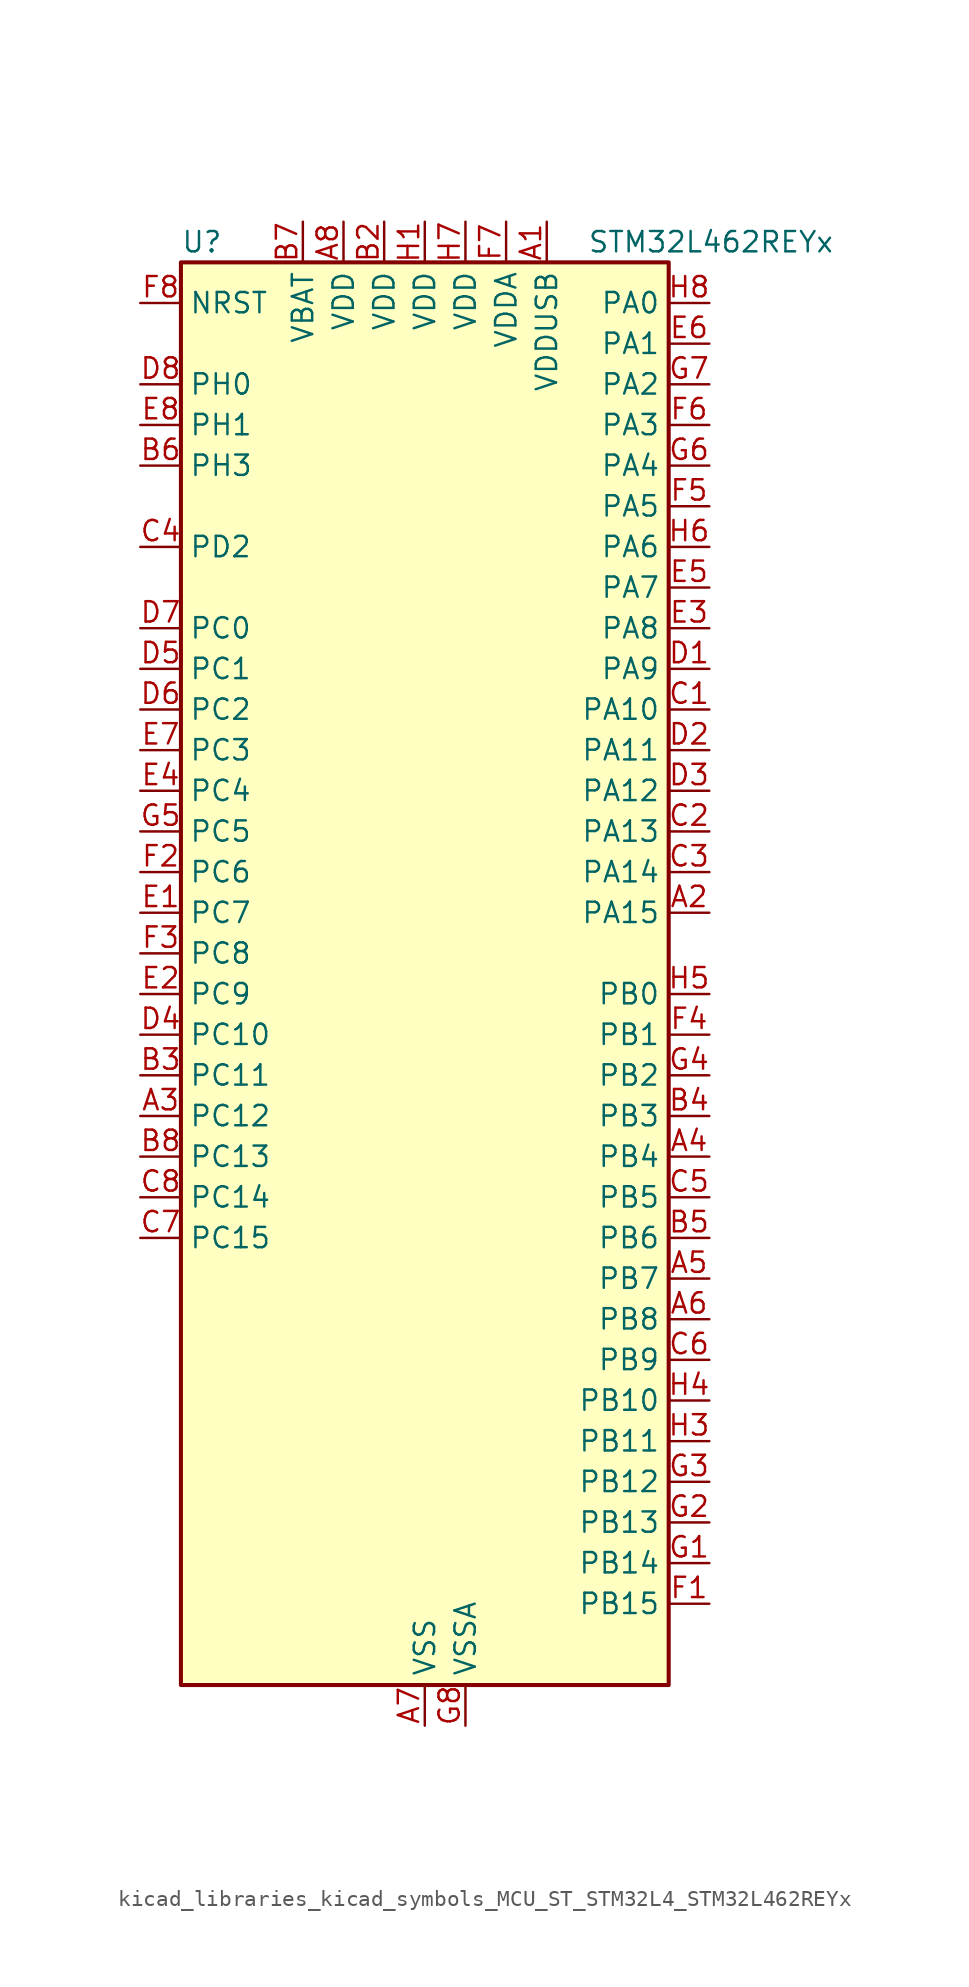
<source format=kicad_sym>
(kicad_symbol_lib
  (version 20220914)
  (generator kicad_symbol_editor)
  (symbol "kicad_libraries_kicad_symbols_MCU_ST_STM32L4_STM32L462REYx"
    (property "Reference" "U"
      (at -15.24 46.99 0)
      (effects (font (size 1.27 1.27)) (justify left)))
    (property "Value" "STM32L462REYx"
      (at 10.16 46.99 0)
      (effects (font (size 1.27 1.27)) (justify left)))
    (property "ki_locked" ""
      (at 0 0 0)
      (effects (font (size 1.27 1.27))))
    (symbol "kicad_libraries_kicad_symbols_MCU_ST_STM32L4_STM32L462REYx_0_1"
      (rectangle (start -15.24 -43.18) (end 15.24 45.72) (stroke (width 0.254) (type default)) (fill (type background))))
    (symbol "kicad_libraries_kicad_symbols_MCU_ST_STM32L4_STM32L462REYx_1_1"
      (pin power_in line (at 7.62 48.26 270) (length 2.54) (name "VDDUSB" (effects (font (size 1.27 1.27)))) (number "A1" (effects (font (size 1.27 1.27)))))
      (pin bidirectional line (at 17.78 5.08 180) (length 2.54) (name "PA15" (effects (font (size 1.27 1.27)))) (number "A2" (effects (font (size 1.27 1.27)))) (alternate "ADC1_EXTI15" bidirectional line) (alternate "SPI1_NSS" bidirectional line) (alternate "SPI3_NSS" bidirectional line) (alternate "SYS_JTDI" bidirectional line) (alternate "TIM2_CH1" bidirectional line) (alternate "TIM2_ETR" bidirectional line) (alternate "TSC_G3_IO1" bidirectional line) (alternate "UART4_DE" bidirectional line) (alternate "UART4_RTS" bidirectional line) (alternate "USART2_RX" bidirectional line) (alternate "USART3_DE" bidirectional line) (alternate "USART3_RTS" bidirectional line))
      (pin bidirectional line (at -17.78 -7.62 0) (length 2.54) (name "PC12" (effects (font (size 1.27 1.27)))) (number "A3" (effects (font (size 1.27 1.27)))) (alternate "SDMMC1_CK" bidirectional line) (alternate "SPI3_MOSI" bidirectional line) (alternate "SYS_TRACED3" bidirectional line) (alternate "TSC_G3_IO4" bidirectional line) (alternate "USART3_CK" bidirectional line))
      (pin bidirectional line (at 17.78 -10.16 180) (length 2.54) (name "PB4" (effects (font (size 1.27 1.27)))) (number "A4" (effects (font (size 1.27 1.27)))) (alternate "COMP2_INP" bidirectional line) (alternate "I2C3_SDA" bidirectional line) (alternate "SAI1_MCLK_B" bidirectional line) (alternate "SPI1_MISO" bidirectional line) (alternate "SPI3_MISO" bidirectional line) (alternate "SYS_JTRST" bidirectional line) (alternate "TIM3_CH1" bidirectional line) (alternate "TSC_G2_IO1" bidirectional line) (alternate "USART1_CTS" bidirectional line))
      (pin bidirectional line (at 17.78 -17.78 180) (length 2.54) (name "PB7" (effects (font (size 1.27 1.27)))) (number "A5" (effects (font (size 1.27 1.27)))) (alternate "COMP2_INM" bidirectional line) (alternate "I2C1_SDA" bidirectional line) (alternate "I2C4_SDA" bidirectional line) (alternate "LPTIM1_IN2" bidirectional line) (alternate "SYS_PVD_IN" bidirectional line) (alternate "TSC_G2_IO4" bidirectional line) (alternate "UART4_CTS" bidirectional line) (alternate "USART1_RX" bidirectional line))
      (pin bidirectional line (at 17.78 -20.32 180) (length 2.54) (name "PB8" (effects (font (size 1.27 1.27)))) (number "A6" (effects (font (size 1.27 1.27)))) (alternate "CAN1_RX" bidirectional line) (alternate "I2C1_SCL" bidirectional line) (alternate "SAI1_MCLK_A" bidirectional line) (alternate "SDMMC1_D4" bidirectional line) (alternate "TIM16_CH1" bidirectional line))
      (pin power_in line (at 0 -45.72 90) (length 2.54) (name "VSS" (effects (font (size 1.27 1.27)))) (number "A7" (effects (font (size 1.27 1.27)))))
      (pin power_in line (at -5.08 48.26 270) (length 2.54) (name "VDD" (effects (font (size 1.27 1.27)))) (number "A8" (effects (font (size 1.27 1.27)))))
      (pin passive line (at 0 -45.72 90) (length 2.54) hide (name "VSS" (effects (font (size 1.27 1.27)))) (number "B1" (effects (font (size 1.27 1.27)))))
      (pin power_in line (at -2.54 48.26 270) (length 2.54) (name "VDD" (effects (font (size 1.27 1.27)))) (number "B2" (effects (font (size 1.27 1.27)))))
      (pin bidirectional line (at -17.78 -5.08 0) (length 2.54) (name "PC11" (effects (font (size 1.27 1.27)))) (number "B3" (effects (font (size 1.27 1.27)))) (alternate "ADC1_EXTI11" bidirectional line) (alternate "SDMMC1_D3" bidirectional line) (alternate "SPI3_MISO" bidirectional line) (alternate "TSC_G3_IO3" bidirectional line) (alternate "UART4_RX" bidirectional line) (alternate "USART3_RX" bidirectional line))
      (pin bidirectional line (at 17.78 -7.62 180) (length 2.54) (name "PB3" (effects (font (size 1.27 1.27)))) (number "B4" (effects (font (size 1.27 1.27)))) (alternate "COMP2_INM" bidirectional line) (alternate "SAI1_SCK_B" bidirectional line) (alternate "SPI1_SCK" bidirectional line) (alternate "SPI3_SCK" bidirectional line) (alternate "SYS_JTDO-SWO" bidirectional line) (alternate "TIM2_CH2" bidirectional line) (alternate "USART1_DE" bidirectional line) (alternate "USART1_RTS" bidirectional line))
      (pin bidirectional line (at 17.78 -15.24 180) (length 2.54) (name "PB6" (effects (font (size 1.27 1.27)))) (number "B5" (effects (font (size 1.27 1.27)))) (alternate "CAN1_TX" bidirectional line) (alternate "COMP2_INP" bidirectional line) (alternate "I2C1_SCL" bidirectional line) (alternate "I2C4_SCL" bidirectional line) (alternate "LPTIM1_ETR" bidirectional line) (alternate "SAI1_FS_B" bidirectional line) (alternate "TIM16_CH1N" bidirectional line) (alternate "TSC_G2_IO3" bidirectional line) (alternate "USART1_TX" bidirectional line))
      (pin bidirectional line (at -17.78 33.02 0) (length 2.54) (name "PH3" (effects (font (size 1.27 1.27)))) (number "B6" (effects (font (size 1.27 1.27)))))
      (pin power_in line (at -7.62 48.26 270) (length 2.54) (name "VBAT" (effects (font (size 1.27 1.27)))) (number "B7" (effects (font (size 1.27 1.27)))))
      (pin bidirectional line (at -17.78 -10.16 0) (length 2.54) (name "PC13" (effects (font (size 1.27 1.27)))) (number "B8" (effects (font (size 1.27 1.27)))) (alternate "RTC_OUT_ALARM" bidirectional line) (alternate "RTC_OUT_CALIB" bidirectional line) (alternate "RTC_TAMP1" bidirectional line) (alternate "RTC_TS" bidirectional line) (alternate "SYS_WKUP2" bidirectional line))
      (pin bidirectional line (at 17.78 17.78 180) (length 2.54) (name "PA10" (effects (font (size 1.27 1.27)))) (number "C1" (effects (font (size 1.27 1.27)))) (alternate "CRS_SYNC" bidirectional line) (alternate "I2C1_SDA" bidirectional line) (alternate "SAI1_SD_A" bidirectional line) (alternate "TIM1_CH3" bidirectional line) (alternate "USART1_RX" bidirectional line))
      (pin bidirectional line (at 17.78 10.16 180) (length 2.54) (name "PA13" (effects (font (size 1.27 1.27)))) (number "C2" (effects (font (size 1.27 1.27)))) (alternate "IR_OUT" bidirectional line) (alternate "SAI1_SD_B" bidirectional line) (alternate "SYS_JTMS-SWDIO" bidirectional line) (alternate "USB_NOE" bidirectional line))
      (pin bidirectional line (at 17.78 7.62 180) (length 2.54) (name "PA14" (effects (font (size 1.27 1.27)))) (number "C3" (effects (font (size 1.27 1.27)))) (alternate "I2C1_SMBA" bidirectional line) (alternate "I2C4_SMBA" bidirectional line) (alternate "LPTIM1_OUT" bidirectional line) (alternate "SAI1_FS_B" bidirectional line) (alternate "SYS_JTCK-SWCLK" bidirectional line))
      (pin bidirectional line (at -17.78 27.94 0) (length 2.54) (name "PD2" (effects (font (size 1.27 1.27)))) (number "C4" (effects (font (size 1.27 1.27)))) (alternate "SDMMC1_CMD" bidirectional line) (alternate "SYS_TRACED2" bidirectional line) (alternate "TIM3_ETR" bidirectional line) (alternate "TSC_SYNC" bidirectional line) (alternate "USART3_DE" bidirectional line) (alternate "USART3_RTS" bidirectional line))
      (pin bidirectional line (at 17.78 -12.7 180) (length 2.54) (name "PB5" (effects (font (size 1.27 1.27)))) (number "C5" (effects (font (size 1.27 1.27)))) (alternate "CAN1_RX" bidirectional line) (alternate "COMP2_OUT" bidirectional line) (alternate "I2C1_SMBA" bidirectional line) (alternate "LPTIM1_IN1" bidirectional line) (alternate "SAI1_SD_B" bidirectional line) (alternate "SPI1_MOSI" bidirectional line) (alternate "SPI3_MOSI" bidirectional line) (alternate "TIM16_BKIN" bidirectional line) (alternate "TIM3_CH2" bidirectional line) (alternate "TSC_G2_IO2" bidirectional line) (alternate "USART1_CK" bidirectional line))
      (pin bidirectional line (at 17.78 -22.86 180) (length 2.54) (name "PB9" (effects (font (size 1.27 1.27)))) (number "C6" (effects (font (size 1.27 1.27)))) (alternate "CAN1_TX" bidirectional line) (alternate "DAC1_EXTI9" bidirectional line) (alternate "I2C1_SDA" bidirectional line) (alternate "IR_OUT" bidirectional line) (alternate "SAI1_FS_A" bidirectional line) (alternate "SDMMC1_D5" bidirectional line) (alternate "SPI2_NSS" bidirectional line))
      (pin bidirectional line (at -17.78 -15.24 0) (length 2.54) (name "PC15" (effects (font (size 1.27 1.27)))) (number "C7" (effects (font (size 1.27 1.27)))) (alternate "ADC1_EXTI15" bidirectional line) (alternate "RCC_OSC32_OUT" bidirectional line))
      (pin bidirectional line (at -17.78 -12.7 0) (length 2.54) (name "PC14" (effects (font (size 1.27 1.27)))) (number "C8" (effects (font (size 1.27 1.27)))) (alternate "RCC_OSC32_IN" bidirectional line))
      (pin bidirectional line (at 17.78 20.32 180) (length 2.54) (name "PA9" (effects (font (size 1.27 1.27)))) (number "D1" (effects (font (size 1.27 1.27)))) (alternate "DAC1_EXTI9" bidirectional line) (alternate "DFSDM1_DATIN1" bidirectional line) (alternate "I2C1_SCL" bidirectional line) (alternate "SAI1_FS_A" bidirectional line) (alternate "TIM15_BKIN" bidirectional line) (alternate "TIM1_CH2" bidirectional line) (alternate "USART1_TX" bidirectional line))
      (pin bidirectional line (at 17.78 15.24 180) (length 2.54) (name "PA11" (effects (font (size 1.27 1.27)))) (number "D2" (effects (font (size 1.27 1.27)))) (alternate "ADC1_EXTI11" bidirectional line) (alternate "CAN1_RX" bidirectional line) (alternate "COMP1_OUT" bidirectional line) (alternate "SPI1_MISO" bidirectional line) (alternate "TIM1_BKIN2" bidirectional line) (alternate "TIM1_BKIN2_COMP1" bidirectional line) (alternate "TIM1_CH4" bidirectional line) (alternate "USART1_CTS" bidirectional line) (alternate "USB_DM" bidirectional line))
      (pin bidirectional line (at 17.78 12.7 180) (length 2.54) (name "PA12" (effects (font (size 1.27 1.27)))) (number "D3" (effects (font (size 1.27 1.27)))) (alternate "CAN1_TX" bidirectional line) (alternate "SPI1_MOSI" bidirectional line) (alternate "TIM1_ETR" bidirectional line) (alternate "USART1_DE" bidirectional line) (alternate "USART1_RTS" bidirectional line) (alternate "USB_DP" bidirectional line))
      (pin bidirectional line (at -17.78 -2.54 0) (length 2.54) (name "PC10" (effects (font (size 1.27 1.27)))) (number "D4" (effects (font (size 1.27 1.27)))) (alternate "SDMMC1_D2" bidirectional line) (alternate "SPI3_SCK" bidirectional line) (alternate "SYS_TRACED1" bidirectional line) (alternate "TSC_G3_IO2" bidirectional line) (alternate "UART4_TX" bidirectional line) (alternate "USART3_TX" bidirectional line))
      (pin bidirectional line (at -17.78 20.32 0) (length 2.54) (name "PC1" (effects (font (size 1.27 1.27)))) (number "D5" (effects (font (size 1.27 1.27)))) (alternate "ADC1_IN2" bidirectional line) (alternate "I2C3_SDA" bidirectional line) (alternate "I2C4_SDA" bidirectional line) (alternate "LPTIM1_OUT" bidirectional line) (alternate "LPUART1_TX" bidirectional line) (alternate "SYS_TRACED0" bidirectional line))
      (pin bidirectional line (at -17.78 17.78 0) (length 2.54) (name "PC2" (effects (font (size 1.27 1.27)))) (number "D6" (effects (font (size 1.27 1.27)))) (alternate "ADC1_IN3" bidirectional line) (alternate "DFSDM1_CKOUT" bidirectional line) (alternate "LPTIM1_IN2" bidirectional line) (alternate "SPI2_MISO" bidirectional line))
      (pin bidirectional line (at -17.78 22.86 0) (length 2.54) (name "PC0" (effects (font (size 1.27 1.27)))) (number "D7" (effects (font (size 1.27 1.27)))) (alternate "ADC1_IN1" bidirectional line) (alternate "I2C3_SCL" bidirectional line) (alternate "I2C4_SCL" bidirectional line) (alternate "LPTIM1_IN1" bidirectional line) (alternate "LPTIM2_IN1" bidirectional line) (alternate "LPUART1_RX" bidirectional line))
      (pin bidirectional line (at -17.78 38.1 0) (length 2.54) (name "PH0" (effects (font (size 1.27 1.27)))) (number "D8" (effects (font (size 1.27 1.27)))) (alternate "RCC_OSC_IN" bidirectional line))
      (pin bidirectional line (at -17.78 5.08 0) (length 2.54) (name "PC7" (effects (font (size 1.27 1.27)))) (number "E1" (effects (font (size 1.27 1.27)))) (alternate "DFSDM1_DATIN3" bidirectional line) (alternate "SDMMC1_D7" bidirectional line) (alternate "TIM3_CH2" bidirectional line) (alternate "TSC_G4_IO2" bidirectional line))
      (pin bidirectional line (at -17.78 0 0) (length 2.54) (name "PC9" (effects (font (size 1.27 1.27)))) (number "E2" (effects (font (size 1.27 1.27)))) (alternate "DAC1_EXTI9" bidirectional line) (alternate "SDMMC1_D1" bidirectional line) (alternate "TIM3_CH4" bidirectional line) (alternate "TSC_G4_IO4" bidirectional line) (alternate "USB_NOE" bidirectional line))
      (pin bidirectional line (at 17.78 22.86 180) (length 2.54) (name "PA8" (effects (font (size 1.27 1.27)))) (number "E3" (effects (font (size 1.27 1.27)))) (alternate "DFSDM1_CKIN1" bidirectional line) (alternate "LPTIM2_OUT" bidirectional line) (alternate "RCC_MCO" bidirectional line) (alternate "SAI1_SCK_A" bidirectional line) (alternate "TIM1_CH1" bidirectional line) (alternate "USART1_CK" bidirectional line))
      (pin bidirectional line (at -17.78 12.7 0) (length 2.54) (name "PC4" (effects (font (size 1.27 1.27)))) (number "E4" (effects (font (size 1.27 1.27)))) (alternate "ADC1_IN13" bidirectional line) (alternate "COMP1_INM" bidirectional line) (alternate "USART3_TX" bidirectional line))
      (pin bidirectional line (at 17.78 25.4 180) (length 2.54) (name "PA7" (effects (font (size 1.27 1.27)))) (number "E5" (effects (font (size 1.27 1.27)))) (alternate "ADC1_IN12" bidirectional line) (alternate "COMP2_OUT" bidirectional line) (alternate "DFSDM1_DATIN0" bidirectional line) (alternate "I2C3_SCL" bidirectional line) (alternate "QUADSPI_BK1_IO2" bidirectional line) (alternate "SPI1_MOSI" bidirectional line) (alternate "TIM1_CH1N" bidirectional line) (alternate "TIM3_CH2" bidirectional line))
      (pin bidirectional line (at 17.78 40.64 180) (length 2.54) (name "PA1" (effects (font (size 1.27 1.27)))) (number "E6" (effects (font (size 1.27 1.27)))) (alternate "ADC1_IN6" bidirectional line) (alternate "COMP1_INP" bidirectional line) (alternate "I2C1_SMBA" bidirectional line) (alternate "OPAMP1_VINM" bidirectional line) (alternate "SPI1_SCK" bidirectional line) (alternate "TIM15_CH1N" bidirectional line) (alternate "TIM2_CH2" bidirectional line) (alternate "UART4_RX" bidirectional line) (alternate "USART2_DE" bidirectional line) (alternate "USART2_RTS" bidirectional line))
      (pin bidirectional line (at -17.78 15.24 0) (length 2.54) (name "PC3" (effects (font (size 1.27 1.27)))) (number "E7" (effects (font (size 1.27 1.27)))) (alternate "ADC1_IN4" bidirectional line) (alternate "LPTIM1_ETR" bidirectional line) (alternate "LPTIM2_ETR" bidirectional line) (alternate "SAI1_SD_A" bidirectional line) (alternate "SPI2_MOSI" bidirectional line))
      (pin bidirectional line (at -17.78 35.56 0) (length 2.54) (name "PH1" (effects (font (size 1.27 1.27)))) (number "E8" (effects (font (size 1.27 1.27)))) (alternate "RCC_OSC_OUT" bidirectional line))
      (pin bidirectional line (at 17.78 -38.1 180) (length 2.54) (name "PB15" (effects (font (size 1.27 1.27)))) (number "F1" (effects (font (size 1.27 1.27)))) (alternate "ADC1_EXTI15" bidirectional line) (alternate "DFSDM1_CKIN2" bidirectional line) (alternate "RTC_REFIN" bidirectional line) (alternate "SAI1_SD_A" bidirectional line) (alternate "SPI2_MOSI" bidirectional line) (alternate "TIM15_CH2" bidirectional line) (alternate "TIM1_CH3N" bidirectional line) (alternate "TSC_G1_IO4" bidirectional line))
      (pin bidirectional line (at -17.78 7.62 0) (length 2.54) (name "PC6" (effects (font (size 1.27 1.27)))) (number "F2" (effects (font (size 1.27 1.27)))) (alternate "DFSDM1_CKIN3" bidirectional line) (alternate "SDMMC1_D6" bidirectional line) (alternate "TIM3_CH1" bidirectional line) (alternate "TSC_G4_IO1" bidirectional line))
      (pin bidirectional line (at -17.78 2.54 0) (length 2.54) (name "PC8" (effects (font (size 1.27 1.27)))) (number "F3" (effects (font (size 1.27 1.27)))) (alternate "SDMMC1_D0" bidirectional line) (alternate "TIM3_CH3" bidirectional line) (alternate "TSC_G4_IO3" bidirectional line))
      (pin bidirectional line (at 17.78 -2.54 180) (length 2.54) (name "PB1" (effects (font (size 1.27 1.27)))) (number "F4" (effects (font (size 1.27 1.27)))) (alternate "ADC1_IN16" bidirectional line) (alternate "COMP1_INM" bidirectional line) (alternate "DFSDM1_DATIN0" bidirectional line) (alternate "LPTIM2_IN1" bidirectional line) (alternate "LPUART1_DE" bidirectional line) (alternate "LPUART1_RTS" bidirectional line) (alternate "QUADSPI_BK1_IO0" bidirectional line) (alternate "TIM1_CH3N" bidirectional line) (alternate "TIM3_CH4" bidirectional line) (alternate "USART3_DE" bidirectional line) (alternate "USART3_RTS" bidirectional line))
      (pin bidirectional line (at 17.78 30.48 180) (length 2.54) (name "PA5" (effects (font (size 1.27 1.27)))) (number "F5" (effects (font (size 1.27 1.27)))) (alternate "ADC1_IN10" bidirectional line) (alternate "COMP1_INM" bidirectional line) (alternate "COMP2_INM" bidirectional line) (alternate "DFSDM1_CKOUT" bidirectional line) (alternate "LPTIM2_ETR" bidirectional line) (alternate "SPI1_SCK" bidirectional line) (alternate "TIM2_CH1" bidirectional line) (alternate "TIM2_ETR" bidirectional line))
      (pin bidirectional line (at 17.78 35.56 180) (length 2.54) (name "PA3" (effects (font (size 1.27 1.27)))) (number "F6" (effects (font (size 1.27 1.27)))) (alternate "ADC1_IN8" bidirectional line) (alternate "COMP2_INP" bidirectional line) (alternate "LPUART1_RX" bidirectional line) (alternate "OPAMP1_VOUT" bidirectional line) (alternate "QUADSPI_CLK" bidirectional line) (alternate "SAI1_MCLK_A" bidirectional line) (alternate "TIM15_CH2" bidirectional line) (alternate "TIM2_CH4" bidirectional line) (alternate "USART2_RX" bidirectional line))
      (pin power_in line (at 5.08 48.26 270) (length 2.54) (name "VDDA" (effects (font (size 1.27 1.27)))) (number "F7" (effects (font (size 1.27 1.27)))))
      (pin input line (at -17.78 43.18 0) (length 2.54) (name "NRST" (effects (font (size 1.27 1.27)))) (number "F8" (effects (font (size 1.27 1.27)))))
      (pin bidirectional line (at 17.78 -35.56 180) (length 2.54) (name "PB14" (effects (font (size 1.27 1.27)))) (number "G1" (effects (font (size 1.27 1.27)))) (alternate "DFSDM1_DATIN2" bidirectional line) (alternate "I2C2_SDA" bidirectional line) (alternate "SAI1_MCLK_A" bidirectional line) (alternate "SPI2_MISO" bidirectional line) (alternate "TIM15_CH1" bidirectional line) (alternate "TIM1_CH2N" bidirectional line) (alternate "TSC_G1_IO3" bidirectional line) (alternate "USART3_DE" bidirectional line) (alternate "USART3_RTS" bidirectional line))
      (pin bidirectional line (at 17.78 -33.02 180) (length 2.54) (name "PB13" (effects (font (size 1.27 1.27)))) (number "G2" (effects (font (size 1.27 1.27)))) (alternate "CAN1_TX" bidirectional line) (alternate "DFSDM1_CKIN1" bidirectional line) (alternate "I2C2_SCL" bidirectional line) (alternate "LPUART1_CTS" bidirectional line) (alternate "SAI1_SCK_A" bidirectional line) (alternate "SPI2_SCK" bidirectional line) (alternate "TIM15_CH1N" bidirectional line) (alternate "TIM1_CH1N" bidirectional line) (alternate "TSC_G1_IO2" bidirectional line) (alternate "USART3_CTS" bidirectional line))
      (pin bidirectional line (at 17.78 -30.48 180) (length 2.54) (name "PB12" (effects (font (size 1.27 1.27)))) (number "G3" (effects (font (size 1.27 1.27)))) (alternate "CAN1_RX" bidirectional line) (alternate "DFSDM1_DATIN1" bidirectional line) (alternate "I2C2_SMBA" bidirectional line) (alternate "LPUART1_DE" bidirectional line) (alternate "LPUART1_RTS" bidirectional line) (alternate "SAI1_FS_A" bidirectional line) (alternate "SPI2_NSS" bidirectional line) (alternate "TIM15_BKIN" bidirectional line) (alternate "TIM1_BKIN" bidirectional line) (alternate "TIM1_BKIN_COMP2" bidirectional line) (alternate "TSC_G1_IO1" bidirectional line) (alternate "USART3_CK" bidirectional line))
      (pin bidirectional line (at 17.78 -5.08 180) (length 2.54) (name "PB2" (effects (font (size 1.27 1.27)))) (number "G4" (effects (font (size 1.27 1.27)))) (alternate "COMP1_INP" bidirectional line) (alternate "DFSDM1_CKIN0" bidirectional line) (alternate "I2C3_SMBA" bidirectional line) (alternate "LPTIM1_OUT" bidirectional line) (alternate "RTC_OUT_ALARM" bidirectional line) (alternate "RTC_OUT_CALIB" bidirectional line))
      (pin bidirectional line (at -17.78 10.16 0) (length 2.54) (name "PC5" (effects (font (size 1.27 1.27)))) (number "G5" (effects (font (size 1.27 1.27)))) (alternate "ADC1_IN14" bidirectional line) (alternate "COMP1_INP" bidirectional line) (alternate "SYS_WKUP5" bidirectional line) (alternate "USART3_RX" bidirectional line))
      (pin bidirectional line (at 17.78 33.02 180) (length 2.54) (name "PA4" (effects (font (size 1.27 1.27)))) (number "G6" (effects (font (size 1.27 1.27)))) (alternate "ADC1_IN9" bidirectional line) (alternate "COMP1_INM" bidirectional line) (alternate "COMP2_INM" bidirectional line) (alternate "DAC1_OUT1" bidirectional line) (alternate "LPTIM2_OUT" bidirectional line) (alternate "SAI1_FS_B" bidirectional line) (alternate "SPI1_NSS" bidirectional line) (alternate "SPI3_NSS" bidirectional line) (alternate "USART2_CK" bidirectional line))
      (pin bidirectional line (at 17.78 38.1 180) (length 2.54) (name "PA2" (effects (font (size 1.27 1.27)))) (number "G7" (effects (font (size 1.27 1.27)))) (alternate "ADC1_IN7" bidirectional line) (alternate "COMP2_INM" bidirectional line) (alternate "COMP2_OUT" bidirectional line) (alternate "LPUART1_TX" bidirectional line) (alternate "QUADSPI_BK1_NCS" bidirectional line) (alternate "RCC_LSCO" bidirectional line) (alternate "SYS_WKUP4" bidirectional line) (alternate "TIM15_CH1" bidirectional line) (alternate "TIM2_CH3" bidirectional line) (alternate "USART2_TX" bidirectional line))
      (pin power_in line (at 2.54 -45.72 90) (length 2.54) (name "VSSA" (effects (font (size 1.27 1.27)))) (number "G8" (effects (font (size 1.27 1.27)))))
      (pin power_in line (at 0 48.26 270) (length 2.54) (name "VDD" (effects (font (size 1.27 1.27)))) (number "H1" (effects (font (size 1.27 1.27)))))
      (pin passive line (at 0 -45.72 90) (length 2.54) hide (name "VSS" (effects (font (size 1.27 1.27)))) (number "H2" (effects (font (size 1.27 1.27)))))
      (pin bidirectional line (at 17.78 -27.94 180) (length 2.54) (name "PB11" (effects (font (size 1.27 1.27)))) (number "H3" (effects (font (size 1.27 1.27)))) (alternate "ADC1_EXTI11" bidirectional line) (alternate "COMP2_OUT" bidirectional line) (alternate "I2C2_SDA" bidirectional line) (alternate "I2C4_SDA" bidirectional line) (alternate "LPUART1_TX" bidirectional line) (alternate "QUADSPI_BK1_NCS" bidirectional line) (alternate "TIM2_CH4" bidirectional line) (alternate "USART3_RX" bidirectional line))
      (pin bidirectional line (at 17.78 -25.4 180) (length 2.54) (name "PB10" (effects (font (size 1.27 1.27)))) (number "H4" (effects (font (size 1.27 1.27)))) (alternate "COMP1_OUT" bidirectional line) (alternate "I2C2_SCL" bidirectional line) (alternate "I2C4_SCL" bidirectional line) (alternate "LPUART1_RX" bidirectional line) (alternate "QUADSPI_CLK" bidirectional line) (alternate "SAI1_SCK_A" bidirectional line) (alternate "SPI2_SCK" bidirectional line) (alternate "TIM2_CH3" bidirectional line) (alternate "TSC_SYNC" bidirectional line) (alternate "USART3_TX" bidirectional line))
      (pin bidirectional line (at 17.78 0 180) (length 2.54) (name "PB0" (effects (font (size 1.27 1.27)))) (number "H5" (effects (font (size 1.27 1.27)))) (alternate "ADC1_IN15" bidirectional line) (alternate "COMP1_OUT" bidirectional line) (alternate "DFSDM1_CKIN0" bidirectional line) (alternate "QUADSPI_BK1_IO1" bidirectional line) (alternate "SAI1_EXTCLK" bidirectional line) (alternate "SPI1_NSS" bidirectional line) (alternate "TIM1_CH2N" bidirectional line) (alternate "TIM3_CH3" bidirectional line) (alternate "USART3_CK" bidirectional line))
      (pin bidirectional line (at 17.78 27.94 180) (length 2.54) (name "PA6" (effects (font (size 1.27 1.27)))) (number "H6" (effects (font (size 1.27 1.27)))) (alternate "ADC1_IN11" bidirectional line) (alternate "COMP1_OUT" bidirectional line) (alternate "LPUART1_CTS" bidirectional line) (alternate "QUADSPI_BK1_IO3" bidirectional line) (alternate "SPI1_MISO" bidirectional line) (alternate "TIM16_CH1" bidirectional line) (alternate "TIM1_BKIN" bidirectional line) (alternate "TIM1_BKIN_COMP2" bidirectional line) (alternate "TIM3_CH1" bidirectional line) (alternate "USART3_CTS" bidirectional line))
      (pin power_in line (at 2.54 48.26 270) (length 2.54) (name "VDD" (effects (font (size 1.27 1.27)))) (number "H7" (effects (font (size 1.27 1.27)))))
      (pin bidirectional line (at 17.78 43.18 180) (length 2.54) (name "PA0" (effects (font (size 1.27 1.27)))) (number "H8" (effects (font (size 1.27 1.27)))) (alternate "ADC1_IN5" bidirectional line) (alternate "COMP1_INM" bidirectional line) (alternate "COMP1_OUT" bidirectional line) (alternate "OPAMP1_VINP" bidirectional line) (alternate "RTC_TAMP2" bidirectional line) (alternate "SAI1_EXTCLK" bidirectional line) (alternate "SYS_WKUP1" bidirectional line) (alternate "TIM2_CH1" bidirectional line) (alternate "TIM2_ETR" bidirectional line) (alternate "UART4_TX" bidirectional line) (alternate "USART2_CTS" bidirectional line)))))
</source>
